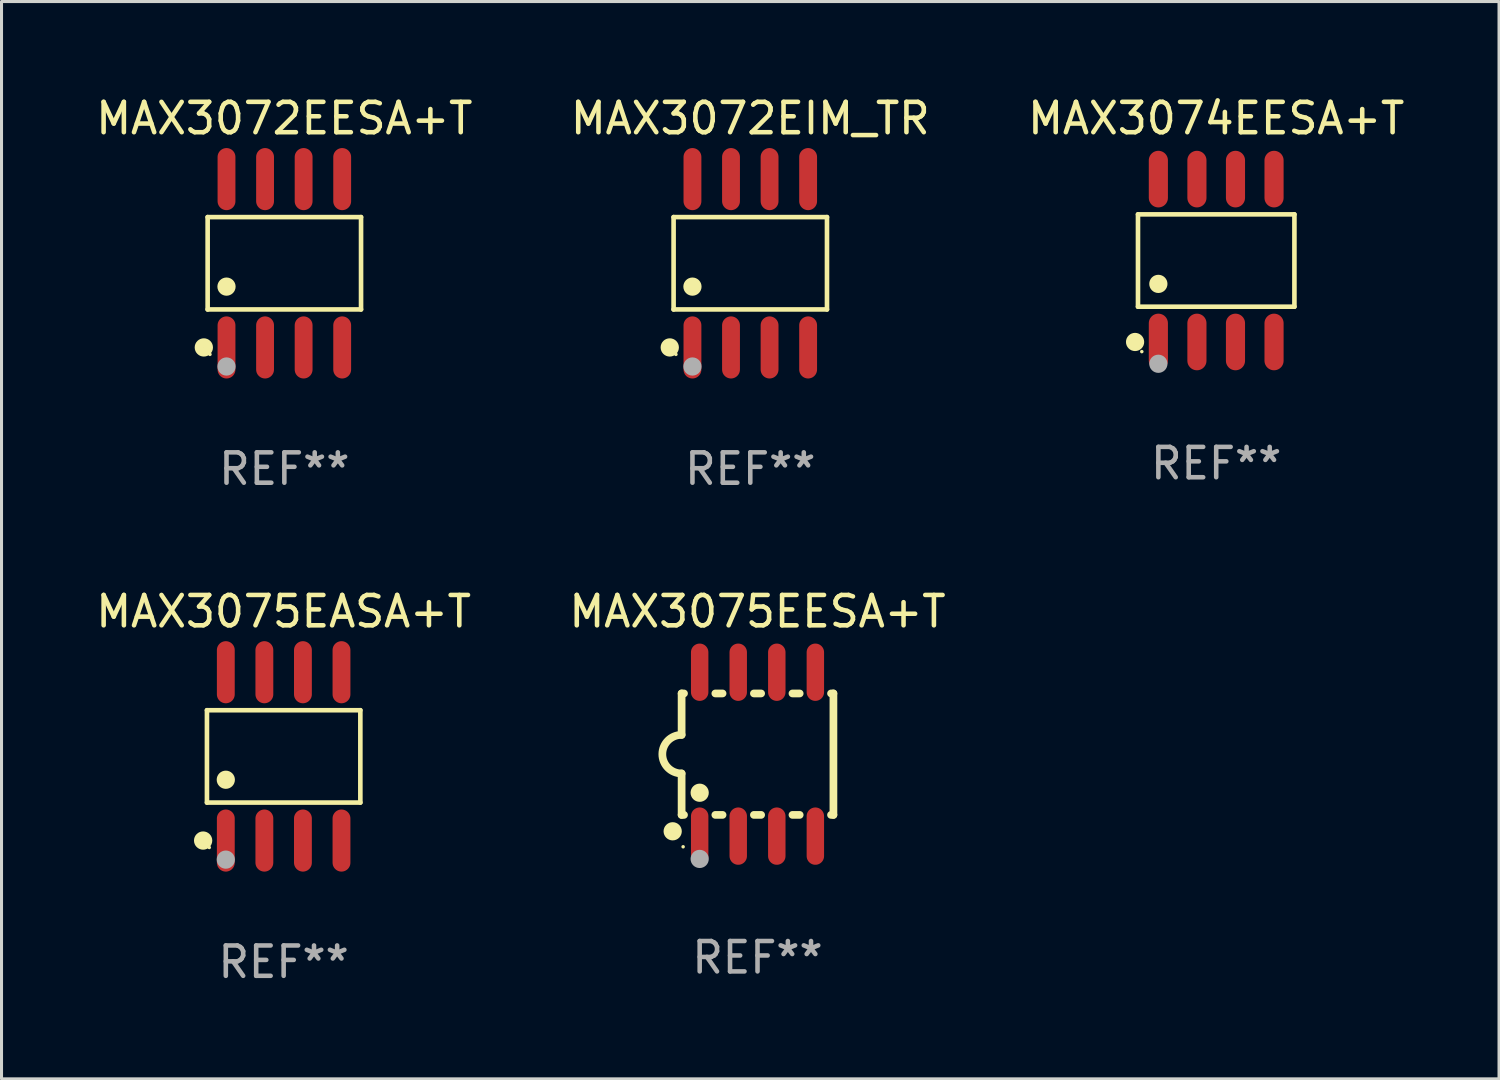
<source format=kicad_pcb>
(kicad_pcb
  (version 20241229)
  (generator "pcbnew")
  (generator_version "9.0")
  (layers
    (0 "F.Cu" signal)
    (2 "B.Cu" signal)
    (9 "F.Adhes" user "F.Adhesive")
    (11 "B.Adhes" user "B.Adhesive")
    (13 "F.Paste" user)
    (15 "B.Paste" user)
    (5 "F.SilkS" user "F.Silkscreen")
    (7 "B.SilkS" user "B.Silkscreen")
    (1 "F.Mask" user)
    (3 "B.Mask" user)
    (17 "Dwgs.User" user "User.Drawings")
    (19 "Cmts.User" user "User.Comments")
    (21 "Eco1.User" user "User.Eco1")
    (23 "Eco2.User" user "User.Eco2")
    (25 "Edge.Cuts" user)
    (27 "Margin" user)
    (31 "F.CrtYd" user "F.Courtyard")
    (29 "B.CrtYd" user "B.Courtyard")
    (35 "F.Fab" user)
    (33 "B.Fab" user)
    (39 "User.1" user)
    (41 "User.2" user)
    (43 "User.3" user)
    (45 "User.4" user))
  (footprint "MAX3072EIM_TR"
    (layer "F.Cu")
    (at 21.661 5.621)
    (property "Reference" "MAX3072EIM_TR" (at 0 -4.772 0) (layer "F.SilkS") (effects (font (size 1 1) (thickness 0.15))))
    (attr through_hole)
    (fp_line (start -2.526 -1.521) (end 2.526 -1.521) (stroke (width 0.152) (type solid)) (layer "F.SilkS"))
    (fp_line (start -2.526 1.521) (end -2.526 -1.521) (stroke (width 0.152) (type solid)) (layer "F.SilkS"))
    (fp_line (start 2.526 -1.521) (end 2.526 1.521) (stroke (width 0.152) (type solid)) (layer "F.SilkS"))
    (fp_line (start 2.526 1.521) (end -2.526 1.521) (stroke (width 0.152) (type solid)) (layer "F.SilkS"))
    (fp_circle (center -2.652 2.772) (end -2.501 2.772) (stroke (width 0.3) (type solid)) (fill no) (layer "F.SilkS"))
    (fp_circle (center -2.45 3) (end -2.42 3) (stroke (width 0.06) (type solid)) (fill no) (layer "F.SilkS"))
    (fp_circle (center -1.905 0.769) (end -1.755 0.769) (stroke (width 0.3) (type solid)) (fill no) (layer "F.SilkS"))
    (fp_circle (center -1.905 3.4) (end -1.755 3.4) (stroke (width 0.3) (type solid)) (fill no) (layer "F.Fab"))
    (fp_text user "REF**" (at 0 6.772 0) (layer "F.Fab") (effects (font (size 1 1) (thickness 0.15))))
    (pad "1" smd oval (at -1.905 2.772) (size 0.588 2.045) (layers "F.Cu" "F.Mask" "F.Paste"))
    (pad "2" smd oval (at -0.635 2.772) (size 0.588 2.045) (layers "F.Cu" "F.Mask" "F.Paste"))
    (pad "3" smd oval (at 0.635 2.772) (size 0.588 2.045) (layers "F.Cu" "F.Mask" "F.Paste"))
    (pad "4" smd oval (at 1.905 2.772) (size 0.588 2.045) (layers "F.Cu" "F.Mask" "F.Paste"))
    (pad "5" smd oval (at 1.905 -2.772) (size 0.588 2.045) (layers "F.Cu" "F.Mask" "F.Paste"))
    (pad "6" smd oval (at 0.635 -2.772) (size 0.588 2.045) (layers "F.Cu" "F.Mask" "F.Paste"))
    (pad "7" smd oval (at -0.635 -2.772) (size 0.588 2.045) (layers "F.Cu" "F.Mask" "F.Paste"))
    (pad "8" smd oval (at -1.905 -2.772) (size 0.588 2.045) (layers "F.Cu" "F.Mask" "F.Paste")))
  (footprint "MAX3074EESA+T"
    (layer "F.Cu")
    (at 37.006 5.531)
    (property "Reference" "MAX3074EESA+T" (at 0 -4.682 0) (layer "F.SilkS") (effects (font (size 1 1) (thickness 0.15))))
    (attr through_hole)
    (fp_line (start -2.576 -1.521) (end 2.576 -1.521) (stroke (width 0.152) (type solid)) (layer "F.SilkS"))
    (fp_line (start -2.576 1.521) (end -2.576 -1.521) (stroke (width 0.152) (type solid)) (layer "F.SilkS"))
    (fp_line (start 2.576 -1.521) (end 2.576 1.521) (stroke (width 0.152) (type solid)) (layer "F.SilkS"))
    (fp_line (start 2.576 1.521) (end -2.576 1.521) (stroke (width 0.152) (type solid)) (layer "F.SilkS"))
    (fp_circle (center -2.672 2.682) (end -2.522 2.682) (stroke (width 0.3) (type solid)) (fill no) (layer "F.SilkS"))
    (fp_circle (center -2.45 3) (end -2.42 3) (stroke (width 0.06) (type solid)) (fill no) (layer "F.SilkS"))
    (fp_circle (center -1.905 0.769) (end -1.755 0.769) (stroke (width 0.3) (type solid)) (fill no) (layer "F.SilkS"))
    (fp_circle (center -1.905 3.4) (end -1.755 3.4) (stroke (width 0.3) (type solid)) (fill no) (layer "F.Fab"))
    (fp_text user "REF**" (at 0 6.682 0) (layer "F.Fab") (effects (font (size 1 1) (thickness 0.15))))
    (pad "1" smd oval (at -1.905 2.682) (size 0.63 1.865) (layers "F.Cu" "F.Mask" "F.Paste"))
    (pad "2" smd oval (at -0.635 2.682) (size 0.63 1.865) (layers "F.Cu" "F.Mask" "F.Paste"))
    (pad "3" smd oval (at 0.635 2.682) (size 0.63 1.865) (layers "F.Cu" "F.Mask" "F.Paste"))
    (pad "4" smd oval (at 1.905 2.682) (size 0.63 1.865) (layers "F.Cu" "F.Mask" "F.Paste"))
    (pad "5" smd oval (at 1.905 -2.682) (size 0.63 1.865) (layers "F.Cu" "F.Mask" "F.Paste"))
    (pad "6" smd oval (at 0.635 -2.682) (size 0.63 1.865) (layers "F.Cu" "F.Mask" "F.Paste"))
    (pad "7" smd oval (at -0.635 -2.682) (size 0.63 1.865) (layers "F.Cu" "F.Mask" "F.Paste"))
    (pad "8" smd oval (at -1.905 -2.682) (size 0.63 1.865) (layers "F.Cu" "F.Mask" "F.Paste")))
  (footprint "MAX3075EESA+T"
    (layer "F.Cu")
    (at 21.899 21.789)
    (property "Reference" "MAX3075EESA+T" (at 0 -4.699 0) (layer "F.SilkS") (effects (font (size 1 1) (thickness 0.15))))
    (attr through_hole)
    (fp_line (start -2.5 -2) (end -2.5 -0.635) (stroke (width 0.254) (type solid)) (layer "F.SilkS"))
    (fp_line (start -2.5 -2) (end -2.421 -2) (stroke (width 0.254) (type solid)) (layer "F.SilkS"))
    (fp_line (start -2.5 2) (end -2.5 0.635) (stroke (width 0.254) (type solid)) (layer "F.SilkS"))
    (fp_line (start -2.5 2) (end -2.421 2) (stroke (width 0.254) (type solid)) (layer "F.SilkS"))
    (fp_line (start -1.389 -2) (end -1.151 -2) (stroke (width 0.254) (type solid)) (layer "F.SilkS"))
    (fp_line (start -1.389 2) (end -1.151 2) (stroke (width 0.254) (type solid)) (layer "F.SilkS"))
    (fp_line (start -0.119 -2) (end 0.119 -2) (stroke (width 0.254) (type solid)) (layer "F.SilkS"))
    (fp_line (start -0.119 2) (end 0.119 2) (stroke (width 0.254) (type solid)) (layer "F.SilkS"))
    (fp_line (start 1.151 -2) (end 1.389 -2) (stroke (width 0.254) (type solid)) (layer "F.SilkS"))
    (fp_line (start 1.151 2) (end 1.389 2) (stroke (width 0.254) (type solid)) (layer "F.SilkS"))
    (fp_line (start 2.421 -2) (end 2.5 -2) (stroke (width 0.254) (type solid)) (layer "F.SilkS"))
    (fp_line (start 2.421 2) (end 2.5 2) (stroke (width 0.254) (type solid)) (layer "F.SilkS"))
    (fp_line (start 2.5 -2) (end 2.5 2) (stroke (width 0.254) (type solid)) (layer "F.SilkS"))
    (fp_arc (start -2.5 0.635001) (mid -3.134366 -0.000318) (end -2.499365 -0.635001) (stroke (width 0.254001) (type solid)) (layer "F.SilkS"))
    (fp_circle (center -2.794 2.54) (end -2.644 2.54) (stroke (width 0.3) (type solid)) (fill no) (layer "F.SilkS"))
    (fp_circle (center -2.45 3.05) (end -2.42 3.05) (stroke (width 0.06) (type solid)) (fill no) (layer "F.SilkS"))
    (fp_circle (center -1.905 1.27) (end -1.755 1.27) (stroke (width 0.3) (type solid)) (fill no) (layer "F.SilkS"))
    (fp_circle (center -1.905 3.45) (end -1.755 3.45) (stroke (width 0.3) (type solid)) (fill no) (layer "F.Fab"))
    (fp_text user "REF**" (at 0 6.699 0) (layer "F.Fab") (effects (font (size 1 1) (thickness 0.15))))
    (pad "1" smd oval (at -1.905 2.699) (size 0.574 1.888) (layers "F.Cu" "F.Mask" "F.Paste"))
    (pad "2" smd oval (at -0.635 2.699) (size 0.574 1.888) (layers "F.Cu" "F.Mask" "F.Paste"))
    (pad "3" smd oval (at 0.635 2.699) (size 0.574 1.888) (layers "F.Cu" "F.Mask" "F.Paste"))
    (pad "4" smd oval (at 1.905 2.699) (size 0.574 1.888) (layers "F.Cu" "F.Mask" "F.Paste"))
    (pad "5" smd oval (at 1.905 -2.699) (size 0.574 1.888) (layers "F.Cu" "F.Mask" "F.Paste"))
    (pad "6" smd oval (at 0.635 -2.699) (size 0.574 1.888) (layers "F.Cu" "F.Mask" "F.Paste"))
    (pad "7" smd oval (at -0.635 -2.699) (size 0.574 1.888) (layers "F.Cu" "F.Mask" "F.Paste"))
    (pad "8" smd oval (at -1.905 -2.699) (size 0.574 1.888) (layers "F.Cu" "F.Mask" "F.Paste")))
  (footprint "MAX3075EASA+T"
    (layer "F.Cu")
    (at 6.292 21.862)
    (property "Reference" "MAX3075EASA+T" (at 0 -4.772 0) (layer "F.SilkS") (effects (font (size 1 1) (thickness 0.15))))
    (attr through_hole)
    (fp_line (start -2.526 -1.521) (end 2.526 -1.521) (stroke (width 0.152) (type solid)) (layer "F.SilkS"))
    (fp_line (start -2.526 1.521) (end -2.526 -1.521) (stroke (width 0.152) (type solid)) (layer "F.SilkS"))
    (fp_line (start 2.526 -1.521) (end 2.526 1.521) (stroke (width 0.152) (type solid)) (layer "F.SilkS"))
    (fp_line (start 2.526 1.521) (end -2.526 1.521) (stroke (width 0.152) (type solid)) (layer "F.SilkS"))
    (fp_circle (center -2.652 2.772) (end -2.501 2.772) (stroke (width 0.3) (type solid)) (fill no) (layer "F.SilkS"))
    (fp_circle (center -2.45 3) (end -2.42 3) (stroke (width 0.06) (type solid)) (fill no) (layer "F.SilkS"))
    (fp_circle (center -1.905 0.769) (end -1.755 0.769) (stroke (width 0.3) (type solid)) (fill no) (layer "F.SilkS"))
    (fp_circle (center -1.905 3.4) (end -1.755 3.4) (stroke (width 0.3) (type solid)) (fill no) (layer "F.Fab"))
    (fp_text user "REF**" (at 0 6.772 0) (layer "F.Fab") (effects (font (size 1 1) (thickness 0.15))))
    (pad "1" smd oval (at -1.905 2.772) (size 0.588 2.045) (layers "F.Cu" "F.Mask" "F.Paste"))
    (pad "2" smd oval (at -0.635 2.772) (size 0.588 2.045) (layers "F.Cu" "F.Mask" "F.Paste"))
    (pad "3" smd oval (at 0.635 2.772) (size 0.588 2.045) (layers "F.Cu" "F.Mask" "F.Paste"))
    (pad "4" smd oval (at 1.905 2.772) (size 0.588 2.045) (layers "F.Cu" "F.Mask" "F.Paste"))
    (pad "5" smd oval (at 1.905 -2.772) (size 0.588 2.045) (layers "F.Cu" "F.Mask" "F.Paste"))
    (pad "6" smd oval (at 0.635 -2.772) (size 0.588 2.045) (layers "F.Cu" "F.Mask" "F.Paste"))
    (pad "7" smd oval (at -0.635 -2.772) (size 0.588 2.045) (layers "F.Cu" "F.Mask" "F.Paste"))
    (pad "8" smd oval (at -1.905 -2.772) (size 0.588 2.045) (layers "F.Cu" "F.Mask" "F.Paste")))
  (footprint "MAX3072EESA+T"
    (layer "F.Cu")
    (at 6.315 5.621)
    (property "Reference" "MAX3072EESA+T" (at 0 -4.772 0) (layer "F.SilkS") (effects (font (size 1 1) (thickness 0.15))))
    (attr through_hole)
    (fp_line (start -2.526 -1.521) (end 2.526 -1.521) (stroke (width 0.152) (type solid)) (layer "F.SilkS"))
    (fp_line (start -2.526 1.521) (end -2.526 -1.521) (stroke (width 0.152) (type solid)) (layer "F.SilkS"))
    (fp_line (start 2.526 -1.521) (end 2.526 1.521) (stroke (width 0.152) (type solid)) (layer "F.SilkS"))
    (fp_line (start 2.526 1.521) (end -2.526 1.521) (stroke (width 0.152) (type solid)) (layer "F.SilkS"))
    (fp_circle (center -2.652 2.772) (end -2.501 2.772) (stroke (width 0.3) (type solid)) (fill no) (layer "F.SilkS"))
    (fp_circle (center -2.45 3) (end -2.42 3) (stroke (width 0.06) (type solid)) (fill no) (layer "F.SilkS"))
    (fp_circle (center -1.905 0.769) (end -1.755 0.769) (stroke (width 0.3) (type solid)) (fill no) (layer "F.SilkS"))
    (fp_circle (center -1.905 3.4) (end -1.755 3.4) (stroke (width 0.3) (type solid)) (fill no) (layer "F.Fab"))
    (fp_text user "REF**" (at 0 6.772 0) (layer "F.Fab") (effects (font (size 1 1) (thickness 0.15))))
    (pad "1" smd oval (at -1.905 2.772) (size 0.588 2.045) (layers "F.Cu" "F.Mask" "F.Paste"))
    (pad "2" smd oval (at -0.635 2.772) (size 0.588 2.045) (layers "F.Cu" "F.Mask" "F.Paste"))
    (pad "3" smd oval (at 0.635 2.772) (size 0.588 2.045) (layers "F.Cu" "F.Mask" "F.Paste"))
    (pad "4" smd oval (at 1.905 2.772) (size 0.588 2.045) (layers "F.Cu" "F.Mask" "F.Paste"))
    (pad "5" smd oval (at 1.905 -2.772) (size 0.588 2.045) (layers "F.Cu" "F.Mask" "F.Paste"))
    (pad "6" smd oval (at 0.635 -2.772) (size 0.588 2.045) (layers "F.Cu" "F.Mask" "F.Paste"))
    (pad "7" smd oval (at -0.635 -2.772) (size 0.588 2.045) (layers "F.Cu" "F.Mask" "F.Paste"))
    (pad "8" smd oval (at -1.905 -2.772) (size 0.588 2.045) (layers "F.Cu" "F.Mask" "F.Paste")))
  (gr_rect
    (start -3 -3)
    (end 46.321 32.483)
    (stroke (width 0.1) (type default))
    (fill no)
    (layer "Edge.Cuts")))
</source>
